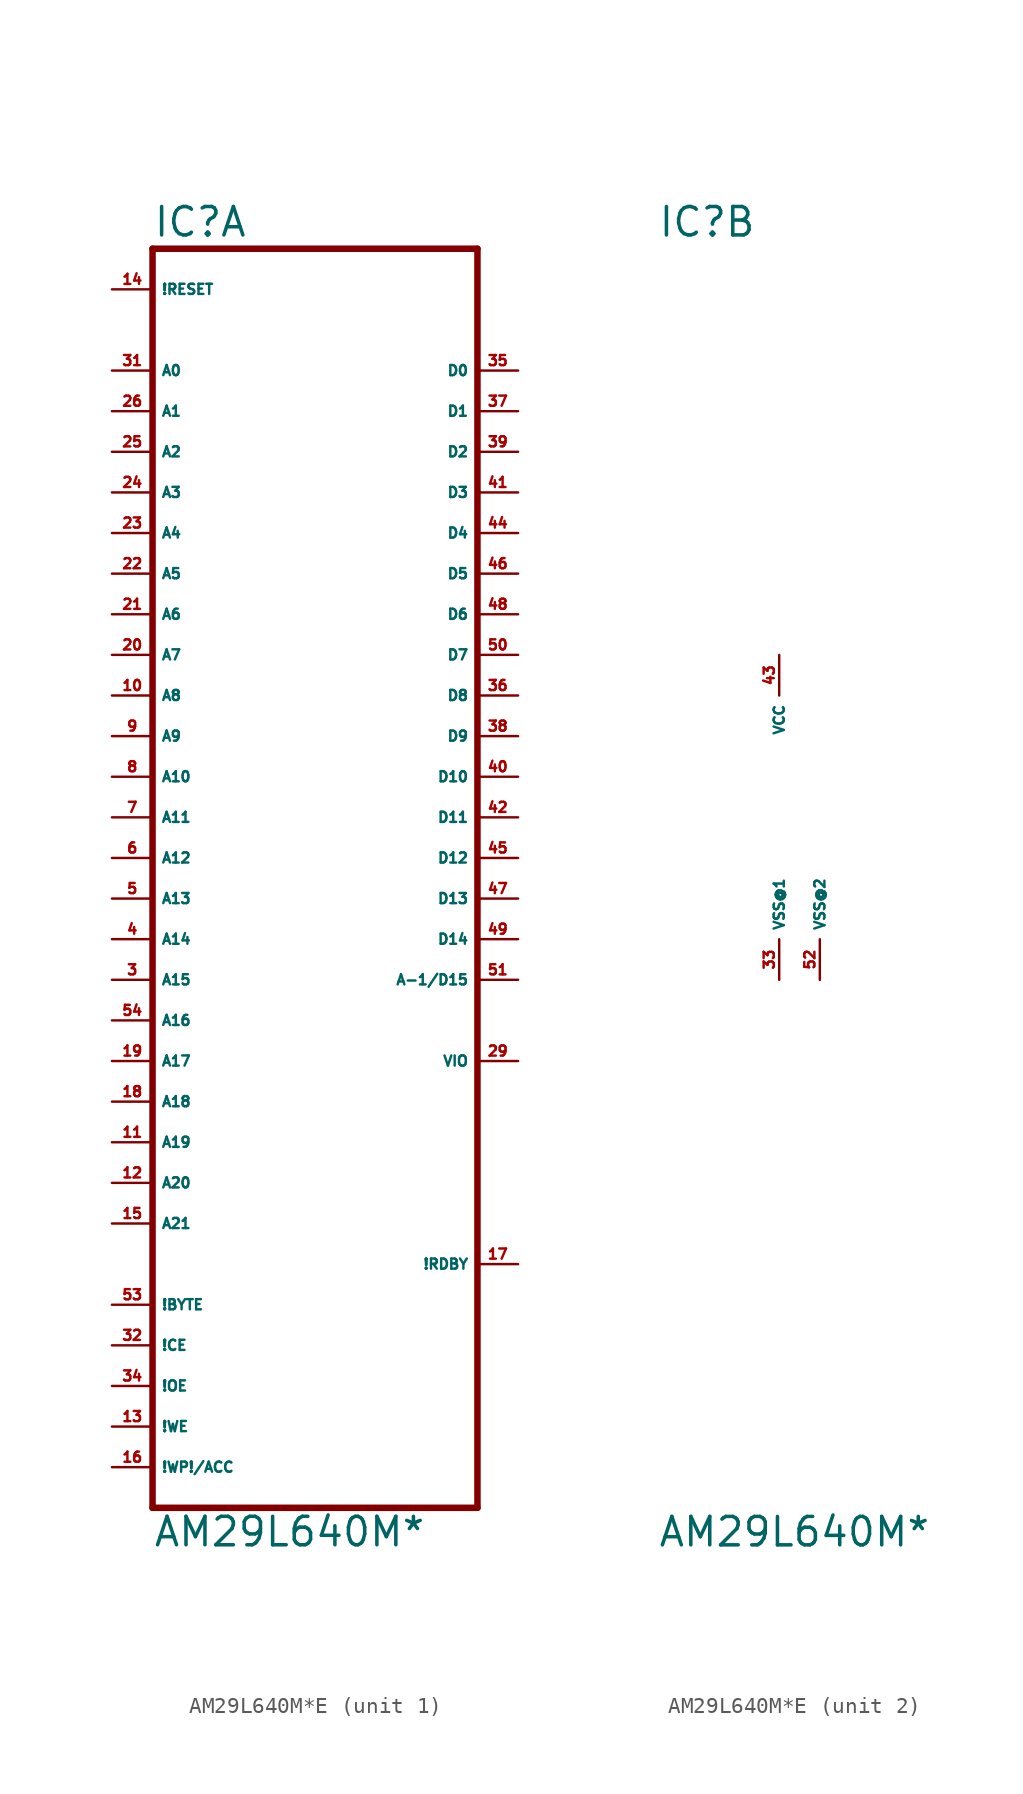
<source format=kicad_sym>
(kicad_symbol_lib
  (version 20220914)
  (generator Eagle2Kicad)
  (symbol "AM29L640M*E"
    (property "Reference" "IC"
      (at -10.16 33.655 0)
      (effects (font (size 1.778 1.778) (thickness 0.22)) (justify left bottom)))
    (property "Value" "AM29L640M*"
      (at -10.16 -48.26 0)
      (effects (font (size 1.778 1.778) (thickness 0.22)) (justify left bottom)))
    (symbol "AM29L640M*E_1_0"
      (polyline (pts (xy -10.16 -45.72) (xy 10.16 -45.72)) (stroke (width 0.406) (type default)) (fill (type none)))
      (polyline (pts (xy 10.16 -45.72) (xy 10.16 33.02)) (stroke (width 0.406) (type default)) (fill (type none)))
      (polyline (pts (xy 10.16 33.02) (xy -10.16 33.02)) (stroke (width 0.406) (type default)) (fill (type none)))
      (polyline (pts (xy -10.16 33.02) (xy -10.16 -45.72)) (stroke (width 0.406) (type default)) (fill (type none)))
      (pin input line (at -12.7 -40.64 0) (length 2.54) (name "!WE" (effects (font (size 0.635 0.635) (thickness 0.08)) (justify left bottom))) (number "13" (effects (font (size 0.635 0.635) (thickness 0.08)) (justify left bottom))))
      (pin input line (at -12.7 -5.08 0) (length 2.54) (name "A12" (effects (font (size 0.635 0.635) (thickness 0.08)) (justify left bottom))) (number "6" (effects (font (size 0.635 0.635) (thickness 0.08)) (justify left bottom))))
      (pin input line (at -12.7 7.62 0) (length 2.54) (name "A7" (effects (font (size 0.635 0.635) (thickness 0.08)) (justify left bottom))) (number "20" (effects (font (size 0.635 0.635) (thickness 0.08)) (justify left bottom))))
      (pin input line (at -12.7 10.16 0) (length 2.54) (name "A6" (effects (font (size 0.635 0.635) (thickness 0.08)) (justify left bottom))) (number "21" (effects (font (size 0.635 0.635) (thickness 0.08)) (justify left bottom))))
      (pin input line (at -12.7 12.7 0) (length 2.54) (name "A5" (effects (font (size 0.635 0.635) (thickness 0.08)) (justify left bottom))) (number "22" (effects (font (size 0.635 0.635) (thickness 0.08)) (justify left bottom))))
      (pin input line (at -12.7 15.24 0) (length 2.54) (name "A4" (effects (font (size 0.635 0.635) (thickness 0.08)) (justify left bottom))) (number "23" (effects (font (size 0.635 0.635) (thickness 0.08)) (justify left bottom))))
      (pin input line (at -12.7 17.78 0) (length 2.54) (name "A3" (effects (font (size 0.635 0.635) (thickness 0.08)) (justify left bottom))) (number "24" (effects (font (size 0.635 0.635) (thickness 0.08)) (justify left bottom))))
      (pin input line (at -12.7 20.32 0) (length 2.54) (name "A2" (effects (font (size 0.635 0.635) (thickness 0.08)) (justify left bottom))) (number "25" (effects (font (size 0.635 0.635) (thickness 0.08)) (justify left bottom))))
      (pin input line (at -12.7 22.86 0) (length 2.54) (name "A1" (effects (font (size 0.635 0.635) (thickness 0.08)) (justify left bottom))) (number "26" (effects (font (size 0.635 0.635) (thickness 0.08)) (justify left bottom))))
      (pin input line (at -12.7 25.4 0) (length 2.54) (name "A0" (effects (font (size 0.635 0.635) (thickness 0.08)) (justify left bottom))) (number "31" (effects (font (size 0.635 0.635) (thickness 0.08)) (justify left bottom))))
      (pin tri_state line (at 12.7 25.4 180) (length 2.54) (name "D0" (effects (font (size 0.635 0.635) (thickness 0.08)) (justify left bottom))) (number "35" (effects (font (size 0.635 0.635) (thickness 0.08)) (justify left bottom))))
      (pin input line (at -12.7 -35.56 0) (length 2.54) (name "!CE" (effects (font (size 0.635 0.635) (thickness 0.08)) (justify left bottom))) (number "32" (effects (font (size 0.635 0.635) (thickness 0.08)) (justify left bottom))))
      (pin input line (at -12.7 0 0) (length 2.54) (name "A10" (effects (font (size 0.635 0.635) (thickness 0.08)) (justify left bottom))) (number "8" (effects (font (size 0.635 0.635) (thickness 0.08)) (justify left bottom))))
      (pin input line (at -12.7 -38.1 0) (length 2.54) (name "!OE" (effects (font (size 0.635 0.635) (thickness 0.08)) (justify left bottom))) (number "34" (effects (font (size 0.635 0.635) (thickness 0.08)) (justify left bottom))))
      (pin input line (at -12.7 -2.54 0) (length 2.54) (name "A11" (effects (font (size 0.635 0.635) (thickness 0.08)) (justify left bottom))) (number "7" (effects (font (size 0.635 0.635) (thickness 0.08)) (justify left bottom))))
      (pin input line (at -12.7 2.54 0) (length 2.54) (name "A9" (effects (font (size 0.635 0.635) (thickness 0.08)) (justify left bottom))) (number "9" (effects (font (size 0.635 0.635) (thickness 0.08)) (justify left bottom))))
      (pin input line (at -12.7 5.08 0) (length 2.54) (name "A8" (effects (font (size 0.635 0.635) (thickness 0.08)) (justify left bottom))) (number "10" (effects (font (size 0.635 0.635) (thickness 0.08)) (justify left bottom))))
      (pin input line (at -12.7 -7.62 0) (length 2.54) (name "A13" (effects (font (size 0.635 0.635) (thickness 0.08)) (justify left bottom))) (number "5" (effects (font (size 0.635 0.635) (thickness 0.08)) (justify left bottom))))
      (pin input line (at -12.7 -10.16 0) (length 2.54) (name "A14" (effects (font (size 0.635 0.635) (thickness 0.08)) (justify left bottom))) (number "4" (effects (font (size 0.635 0.635) (thickness 0.08)) (justify left bottom))))
      (pin input line (at -12.7 -12.7 0) (length 2.54) (name "A15" (effects (font (size 0.635 0.635) (thickness 0.08)) (justify left bottom))) (number "3" (effects (font (size 0.635 0.635) (thickness 0.08)) (justify left bottom))))
      (pin input line (at -12.7 -15.24 0) (length 2.54) (name "A16" (effects (font (size 0.635 0.635) (thickness 0.08)) (justify left bottom))) (number "54" (effects (font (size 0.635 0.635) (thickness 0.08)) (justify left bottom))))
      (pin input line (at -12.7 -17.78 0) (length 2.54) (name "A17" (effects (font (size 0.635 0.635) (thickness 0.08)) (justify left bottom))) (number "19" (effects (font (size 0.635 0.635) (thickness 0.08)) (justify left bottom))))
      (pin tri_state line (at 12.7 22.86 180) (length 2.54) (name "D1" (effects (font (size 0.635 0.635) (thickness 0.08)) (justify left bottom))) (number "37" (effects (font (size 0.635 0.635) (thickness 0.08)) (justify left bottom))))
      (pin tri_state line (at 12.7 20.32 180) (length 2.54) (name "D2" (effects (font (size 0.635 0.635) (thickness 0.08)) (justify left bottom))) (number "39" (effects (font (size 0.635 0.635) (thickness 0.08)) (justify left bottom))))
      (pin tri_state line (at 12.7 17.78 180) (length 2.54) (name "D3" (effects (font (size 0.635 0.635) (thickness 0.08)) (justify left bottom))) (number "41" (effects (font (size 0.635 0.635) (thickness 0.08)) (justify left bottom))))
      (pin tri_state line (at 12.7 15.24 180) (length 2.54) (name "D4" (effects (font (size 0.635 0.635) (thickness 0.08)) (justify left bottom))) (number "44" (effects (font (size 0.635 0.635) (thickness 0.08)) (justify left bottom))))
      (pin tri_state line (at 12.7 12.7 180) (length 2.54) (name "D5" (effects (font (size 0.635 0.635) (thickness 0.08)) (justify left bottom))) (number "46" (effects (font (size 0.635 0.635) (thickness 0.08)) (justify left bottom))))
      (pin tri_state line (at 12.7 10.16 180) (length 2.54) (name "D6" (effects (font (size 0.635 0.635) (thickness 0.08)) (justify left bottom))) (number "48" (effects (font (size 0.635 0.635) (thickness 0.08)) (justify left bottom))))
      (pin tri_state line (at 12.7 7.62 180) (length 2.54) (name "D7" (effects (font (size 0.635 0.635) (thickness 0.08)) (justify left bottom))) (number "50" (effects (font (size 0.635 0.635) (thickness 0.08)) (justify left bottom))))
      (pin output line (at 12.7 -30.48 180) (length 2.54) (name "!RDBY" (effects (font (size 0.635 0.635) (thickness 0.08)) (justify left bottom))) (number "17" (effects (font (size 0.635 0.635) (thickness 0.08)) (justify left bottom))))
      (pin input line (at -12.7 30.48 0) (length 2.54) (name "!RESET" (effects (font (size 0.635 0.635) (thickness 0.08)) (justify left bottom))) (number "14" (effects (font (size 0.635 0.635) (thickness 0.08)) (justify left bottom))))
      (pin tri_state line (at 12.7 5.08 180) (length 2.54) (name "D8" (effects (font (size 0.635 0.635) (thickness 0.08)) (justify left bottom))) (number "36" (effects (font (size 0.635 0.635) (thickness 0.08)) (justify left bottom))))
      (pin tri_state line (at 12.7 2.54 180) (length 2.54) (name "D9" (effects (font (size 0.635 0.635) (thickness 0.08)) (justify left bottom))) (number "38" (effects (font (size 0.635 0.635) (thickness 0.08)) (justify left bottom))))
      (pin tri_state line (at 12.7 0 180) (length 2.54) (name "D10" (effects (font (size 0.635 0.635) (thickness 0.08)) (justify left bottom))) (number "40" (effects (font (size 0.635 0.635) (thickness 0.08)) (justify left bottom))))
      (pin tri_state line (at 12.7 -2.54 180) (length 2.54) (name "D11" (effects (font (size 0.635 0.635) (thickness 0.08)) (justify left bottom))) (number "42" (effects (font (size 0.635 0.635) (thickness 0.08)) (justify left bottom))))
      (pin tri_state line (at 12.7 -5.08 180) (length 2.54) (name "D12" (effects (font (size 0.635 0.635) (thickness 0.08)) (justify left bottom))) (number "45" (effects (font (size 0.635 0.635) (thickness 0.08)) (justify left bottom))))
      (pin tri_state line (at 12.7 -7.62 180) (length 2.54) (name "D13" (effects (font (size 0.635 0.635) (thickness 0.08)) (justify left bottom))) (number "47" (effects (font (size 0.635 0.635) (thickness 0.08)) (justify left bottom))))
      (pin tri_state line (at 12.7 -10.16 180) (length 2.54) (name "D14" (effects (font (size 0.635 0.635) (thickness 0.08)) (justify left bottom))) (number "49" (effects (font (size 0.635 0.635) (thickness 0.08)) (justify left bottom))))
      (pin tri_state line (at 12.7 -12.7 180) (length 2.54) (name "A-1/D15" (effects (font (size 0.635 0.635) (thickness 0.08)) (justify left bottom))) (number "51" (effects (font (size 0.635 0.635) (thickness 0.08)) (justify left bottom))))
      (pin input line (at -12.7 -33.02 0) (length 2.54) (name "!BYTE" (effects (font (size 0.635 0.635) (thickness 0.08)) (justify left bottom))) (number "53" (effects (font (size 0.635 0.635) (thickness 0.08)) (justify left bottom))))
      (pin input line (at -12.7 -20.32 0) (length 2.54) (name "A18" (effects (font (size 0.635 0.635) (thickness 0.08)) (justify left bottom))) (number "18" (effects (font (size 0.635 0.635) (thickness 0.08)) (justify left bottom))))
      (pin input line (at -12.7 -22.86 0) (length 2.54) (name "A19" (effects (font (size 0.635 0.635) (thickness 0.08)) (justify left bottom))) (number "11" (effects (font (size 0.635 0.635) (thickness 0.08)) (justify left bottom))))
      (pin input line (at -12.7 -25.4 0) (length 2.54) (name "A20" (effects (font (size 0.635 0.635) (thickness 0.08)) (justify left bottom))) (number "12" (effects (font (size 0.635 0.635) (thickness 0.08)) (justify left bottom))))
      (pin input line (at -12.7 -27.94 0) (length 2.54) (name "A21" (effects (font (size 0.635 0.635) (thickness 0.08)) (justify left bottom))) (number "15" (effects (font (size 0.635 0.635) (thickness 0.08)) (justify left bottom))))
      (pin input line (at -12.7 -43.18 0) (length 2.54) (name "!WP!/ACC" (effects (font (size 0.635 0.635) (thickness 0.08)) (justify left bottom))) (number "16" (effects (font (size 0.635 0.635) (thickness 0.08)) (justify left bottom))))
      (pin unspecified line (at 12.7 -17.78 180) (length 2.54) (name "VIO" (effects (font (size 0.635 0.635) (thickness 0.08)) (justify left bottom))) (number "29" (effects (font (size 0.635 0.635) (thickness 0.08)) (justify left bottom)))))
    (symbol "AM29L640M*E_2_0"
      (pin unspecified line (at -2.54 7.62 270) (length 2.54) (name "VCC" (effects (font (size 0.635 0.635) (thickness 0.08)) (justify left bottom))) (number "43" (effects (font (size 0.635 0.635) (thickness 0.08)) (justify left bottom))))
      (pin unspecified line (at -2.54 -12.7 90) (length 2.54) (name "VSS@1" (effects (font (size 0.635 0.635) (thickness 0.08)) (justify left bottom))) (number "33" (effects (font (size 0.635 0.635) (thickness 0.08)) (justify left bottom))))
      (pin unspecified line (at 0 -12.7 90) (length 2.54) (name "VSS@2" (effects (font (size 0.635 0.635) (thickness 0.08)) (justify left bottom))) (number "52" (effects (font (size 0.635 0.635) (thickness 0.08)) (justify left bottom)))))))
</source>
